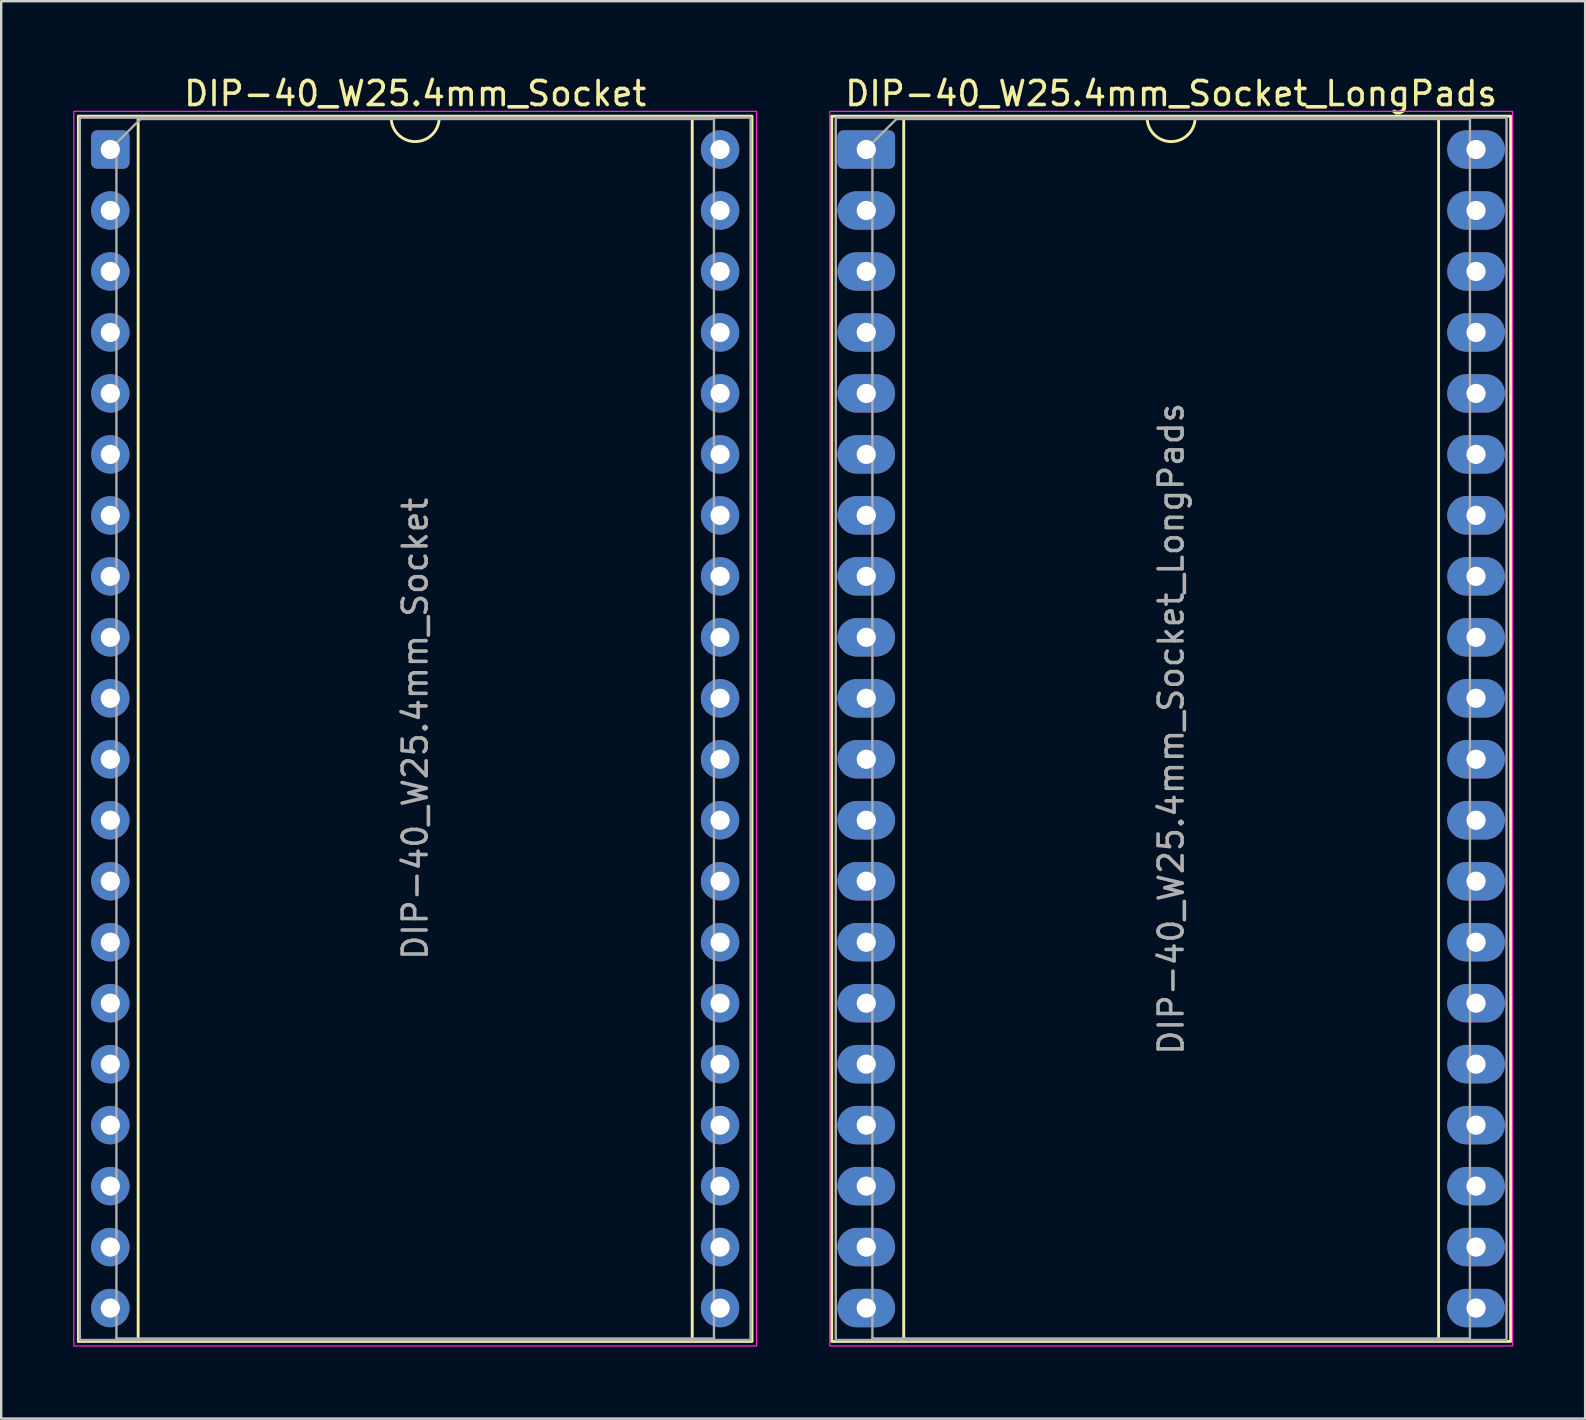
<source format=kicad_pcb>
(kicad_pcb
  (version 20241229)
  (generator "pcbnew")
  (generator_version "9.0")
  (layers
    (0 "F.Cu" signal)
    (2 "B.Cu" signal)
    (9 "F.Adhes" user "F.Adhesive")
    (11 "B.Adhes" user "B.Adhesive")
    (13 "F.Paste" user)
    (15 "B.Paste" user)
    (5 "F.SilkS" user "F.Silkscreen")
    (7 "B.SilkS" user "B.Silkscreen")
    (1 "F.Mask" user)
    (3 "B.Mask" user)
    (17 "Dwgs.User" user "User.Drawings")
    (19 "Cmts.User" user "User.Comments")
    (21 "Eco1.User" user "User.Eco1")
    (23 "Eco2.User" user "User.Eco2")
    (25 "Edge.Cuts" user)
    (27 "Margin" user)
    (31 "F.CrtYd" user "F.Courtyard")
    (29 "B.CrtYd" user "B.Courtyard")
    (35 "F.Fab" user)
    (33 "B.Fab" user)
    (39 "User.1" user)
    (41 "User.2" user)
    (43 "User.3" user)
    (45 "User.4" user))
  (footprint "DIP-40_W25.4mm_Socket_LongPads"
    (layer "F.Cu")
    (at 33.035 3.178)
    (property "Reference" "DIP-40_W25.4mm_Socket_LongPads" (at 12.7 -2.33 0) (layer "F.SilkS") (effects (font (size 1 1) (thickness 0.15))))
    (attr through_hole)
    (fp_line (start 1.56 -1.33) (end 1.56 49.59) (stroke (width 0.12) (type solid)) (layer "F.SilkS"))
    (fp_line (start 1.56 49.59) (end 23.84 49.59) (stroke (width 0.12) (type solid)) (layer "F.SilkS"))
    (fp_line (start 11.7 -1.33) (end 1.56 -1.33) (stroke (width 0.12) (type solid)) (layer "F.SilkS"))
    (fp_line (start 23.84 -1.33) (end 13.7 -1.33) (stroke (width 0.12) (type solid)) (layer "F.SilkS"))
    (fp_line (start 23.84 49.59) (end 23.84 -1.33) (stroke (width 0.12) (type solid)) (layer "F.SilkS"))
    (fp_rect (start -1.44 -1.39) (end 26.84 49.65) (stroke (width 0.12) (type solid)) (fill no) (layer "F.SilkS"))
    (fp_arc (start 13.7 -1.33) (mid 12.7 -0.33) (end 11.7 -1.33) (stroke (width 0.12) (type solid)) (layer "F.SilkS"))
    (fp_rect (start -1.52 -1.59) (end 26.92 49.84) (stroke (width 0.05) (type solid)) (fill no) (layer "F.CrtYd"))
    (fp_line (start 0.255 -0.27) (end 1.255 -1.27) (stroke (width 0.1) (type solid)) (layer "F.Fab"))
    (fp_line (start 0.255 49.53) (end 0.255 -0.27) (stroke (width 0.1) (type solid)) (layer "F.Fab"))
    (fp_line (start 1.255 -1.27) (end 25.145 -1.27) (stroke (width 0.1) (type solid)) (layer "F.Fab"))
    (fp_line (start 25.145 -1.27) (end 25.145 49.53) (stroke (width 0.1) (type solid)) (layer "F.Fab"))
    (fp_line (start 25.145 49.53) (end 0.255 49.53) (stroke (width 0.1) (type solid)) (layer "F.Fab"))
    (fp_rect (start -1.27 -1.33) (end 26.67 49.59) (stroke (width 0.1) (type solid)) (fill no) (layer "F.Fab"))
    (fp_text user "${REFERENCE}" (at 12.7 24.13 90) (layer "F.Fab") (effects (font (size 1 1) (thickness 0.15))))
    (pad "1" thru_hole roundrect (at 0 0) (size 2.4 1.6) (drill 0.8) (layers "*.Cu" "*.Mask") (roundrect_rratio 0.156))
    (pad "2" thru_hole oval (at 0 2.54) (size 2.4 1.6) (drill 0.8) (layers "*.Cu" "*.Mask"))
    (pad "3" thru_hole oval (at 0 5.08) (size 2.4 1.6) (drill 0.8) (layers "*.Cu" "*.Mask"))
    (pad "4" thru_hole oval (at 0 7.62) (size 2.4 1.6) (drill 0.8) (layers "*.Cu" "*.Mask"))
    (pad "5" thru_hole oval (at 0 10.16) (size 2.4 1.6) (drill 0.8) (layers "*.Cu" "*.Mask"))
    (pad "6" thru_hole oval (at 0 12.7) (size 2.4 1.6) (drill 0.8) (layers "*.Cu" "*.Mask"))
    (pad "7" thru_hole oval (at 0 15.24) (size 2.4 1.6) (drill 0.8) (layers "*.Cu" "*.Mask"))
    (pad "8" thru_hole oval (at 0 17.78) (size 2.4 1.6) (drill 0.8) (layers "*.Cu" "*.Mask"))
    (pad "9" thru_hole oval (at 0 20.32) (size 2.4 1.6) (drill 0.8) (layers "*.Cu" "*.Mask"))
    (pad "10" thru_hole oval (at 0 22.86) (size 2.4 1.6) (drill 0.8) (layers "*.Cu" "*.Mask"))
    (pad "11" thru_hole oval (at 0 25.4) (size 2.4 1.6) (drill 0.8) (layers "*.Cu" "*.Mask"))
    (pad "12" thru_hole oval (at 0 27.94) (size 2.4 1.6) (drill 0.8) (layers "*.Cu" "*.Mask"))
    (pad "13" thru_hole oval (at 0 30.48) (size 2.4 1.6) (drill 0.8) (layers "*.Cu" "*.Mask"))
    (pad "14" thru_hole oval (at 0 33.02) (size 2.4 1.6) (drill 0.8) (layers "*.Cu" "*.Mask"))
    (pad "15" thru_hole oval (at 0 35.56) (size 2.4 1.6) (drill 0.8) (layers "*.Cu" "*.Mask"))
    (pad "16" thru_hole oval (at 0 38.1) (size 2.4 1.6) (drill 0.8) (layers "*.Cu" "*.Mask"))
    (pad "17" thru_hole oval (at 0 40.64) (size 2.4 1.6) (drill 0.8) (layers "*.Cu" "*.Mask"))
    (pad "18" thru_hole oval (at 0 43.18) (size 2.4 1.6) (drill 0.8) (layers "*.Cu" "*.Mask"))
    (pad "19" thru_hole oval (at 0 45.72) (size 2.4 1.6) (drill 0.8) (layers "*.Cu" "*.Mask"))
    (pad "20" thru_hole oval (at 0 48.26) (size 2.4 1.6) (drill 0.8) (layers "*.Cu" "*.Mask"))
    (pad "21" thru_hole oval (at 25.4 48.26) (size 2.4 1.6) (drill 0.8) (layers "*.Cu" "*.Mask"))
    (pad "22" thru_hole oval (at 25.4 45.72) (size 2.4 1.6) (drill 0.8) (layers "*.Cu" "*.Mask"))
    (pad "23" thru_hole oval (at 25.4 43.18) (size 2.4 1.6) (drill 0.8) (layers "*.Cu" "*.Mask"))
    (pad "24" thru_hole oval (at 25.4 40.64) (size 2.4 1.6) (drill 0.8) (layers "*.Cu" "*.Mask"))
    (pad "25" thru_hole oval (at 25.4 38.1) (size 2.4 1.6) (drill 0.8) (layers "*.Cu" "*.Mask"))
    (pad "26" thru_hole oval (at 25.4 35.56) (size 2.4 1.6) (drill 0.8) (layers "*.Cu" "*.Mask"))
    (pad "27" thru_hole oval (at 25.4 33.02) (size 2.4 1.6) (drill 0.8) (layers "*.Cu" "*.Mask"))
    (pad "28" thru_hole oval (at 25.4 30.48) (size 2.4 1.6) (drill 0.8) (layers "*.Cu" "*.Mask"))
    (pad "29" thru_hole oval (at 25.4 27.94) (size 2.4 1.6) (drill 0.8) (layers "*.Cu" "*.Mask"))
    (pad "30" thru_hole oval (at 25.4 25.4) (size 2.4 1.6) (drill 0.8) (layers "*.Cu" "*.Mask"))
    (pad "31" thru_hole oval (at 25.4 22.86) (size 2.4 1.6) (drill 0.8) (layers "*.Cu" "*.Mask"))
    (pad "32" thru_hole oval (at 25.4 20.32) (size 2.4 1.6) (drill 0.8) (layers "*.Cu" "*.Mask"))
    (pad "33" thru_hole oval (at 25.4 17.78) (size 2.4 1.6) (drill 0.8) (layers "*.Cu" "*.Mask"))
    (pad "34" thru_hole oval (at 25.4 15.24) (size 2.4 1.6) (drill 0.8) (layers "*.Cu" "*.Mask"))
    (pad "35" thru_hole oval (at 25.4 12.7) (size 2.4 1.6) (drill 0.8) (layers "*.Cu" "*.Mask"))
    (pad "36" thru_hole oval (at 25.4 10.16) (size 2.4 1.6) (drill 0.8) (layers "*.Cu" "*.Mask"))
    (pad "37" thru_hole oval (at 25.4 7.62) (size 2.4 1.6) (drill 0.8) (layers "*.Cu" "*.Mask"))
    (pad "38" thru_hole oval (at 25.4 5.08) (size 2.4 1.6) (drill 0.8) (layers "*.Cu" "*.Mask"))
    (pad "39" thru_hole oval (at 25.4 2.54) (size 2.4 1.6) (drill 0.8) (layers "*.Cu" "*.Mask"))
    (pad "40" thru_hole oval (at 25.4 0) (size 2.4 1.6) (drill 0.8) (layers "*.Cu" "*.Mask")))
  (footprint "DIP-40_W25.4mm_Socket"
    (layer "F.Cu")
    (at 1.545 3.178)
    (property "Reference" "DIP-40_W25.4mm_Socket" (at 12.7 -2.33 0) (layer "F.SilkS") (effects (font (size 1 1) (thickness 0.15))))
    (attr through_hole)
    (fp_line (start 1.16 -1.33) (end 1.16 49.59) (stroke (width 0.12) (type solid)) (layer "F.SilkS"))
    (fp_line (start 1.16 49.59) (end 24.24 49.59) (stroke (width 0.12) (type solid)) (layer "F.SilkS"))
    (fp_line (start 11.7 -1.33) (end 1.16 -1.33) (stroke (width 0.12) (type solid)) (layer "F.SilkS"))
    (fp_line (start 24.24 -1.33) (end 13.7 -1.33) (stroke (width 0.12) (type solid)) (layer "F.SilkS"))
    (fp_line (start 24.24 49.59) (end 24.24 -1.33) (stroke (width 0.12) (type solid)) (layer "F.SilkS"))
    (fp_rect (start -1.33 -1.39) (end 26.73 49.65) (stroke (width 0.12) (type solid)) (fill no) (layer "F.SilkS"))
    (fp_arc (start 13.7 -1.33) (mid 12.7 -0.33) (end 11.7 -1.33) (stroke (width 0.12) (type solid)) (layer "F.SilkS"))
    (fp_rect (start -1.52 -1.59) (end 26.92 49.84) (stroke (width 0.05) (type solid)) (fill no) (layer "F.CrtYd"))
    (fp_line (start 0.255 -0.27) (end 1.255 -1.27) (stroke (width 0.1) (type solid)) (layer "F.Fab"))
    (fp_line (start 0.255 49.53) (end 0.255 -0.27) (stroke (width 0.1) (type solid)) (layer "F.Fab"))
    (fp_line (start 1.255 -1.27) (end 25.145 -1.27) (stroke (width 0.1) (type solid)) (layer "F.Fab"))
    (fp_line (start 25.145 -1.27) (end 25.145 49.53) (stroke (width 0.1) (type solid)) (layer "F.Fab"))
    (fp_line (start 25.145 49.53) (end 0.255 49.53) (stroke (width 0.1) (type solid)) (layer "F.Fab"))
    (fp_rect (start -1.27 -1.33) (end 26.67 49.59) (stroke (width 0.1) (type solid)) (fill no) (layer "F.Fab"))
    (fp_text user "${REFERENCE}" (at 12.7 24.13 90) (layer "F.Fab") (effects (font (size 1 1) (thickness 0.15))))
    (pad "1" thru_hole roundrect (at 0 0) (size 1.6 1.6) (drill 0.8) (layers "*.Cu" "*.Mask") (roundrect_rratio 0.156))
    (pad "2" thru_hole circle (at 0 2.54) (size 1.6 1.6) (drill 0.8) (layers "*.Cu" "*.Mask"))
    (pad "3" thru_hole circle (at 0 5.08) (size 1.6 1.6) (drill 0.8) (layers "*.Cu" "*.Mask"))
    (pad "4" thru_hole circle (at 0 7.62) (size 1.6 1.6) (drill 0.8) (layers "*.Cu" "*.Mask"))
    (pad "5" thru_hole circle (at 0 10.16) (size 1.6 1.6) (drill 0.8) (layers "*.Cu" "*.Mask"))
    (pad "6" thru_hole circle (at 0 12.7) (size 1.6 1.6) (drill 0.8) (layers "*.Cu" "*.Mask"))
    (pad "7" thru_hole circle (at 0 15.24) (size 1.6 1.6) (drill 0.8) (layers "*.Cu" "*.Mask"))
    (pad "8" thru_hole circle (at 0 17.78) (size 1.6 1.6) (drill 0.8) (layers "*.Cu" "*.Mask"))
    (pad "9" thru_hole circle (at 0 20.32) (size 1.6 1.6) (drill 0.8) (layers "*.Cu" "*.Mask"))
    (pad "10" thru_hole circle (at 0 22.86) (size 1.6 1.6) (drill 0.8) (layers "*.Cu" "*.Mask"))
    (pad "11" thru_hole circle (at 0 25.4) (size 1.6 1.6) (drill 0.8) (layers "*.Cu" "*.Mask"))
    (pad "12" thru_hole circle (at 0 27.94) (size 1.6 1.6) (drill 0.8) (layers "*.Cu" "*.Mask"))
    (pad "13" thru_hole circle (at 0 30.48) (size 1.6 1.6) (drill 0.8) (layers "*.Cu" "*.Mask"))
    (pad "14" thru_hole circle (at 0 33.02) (size 1.6 1.6) (drill 0.8) (layers "*.Cu" "*.Mask"))
    (pad "15" thru_hole circle (at 0 35.56) (size 1.6 1.6) (drill 0.8) (layers "*.Cu" "*.Mask"))
    (pad "16" thru_hole circle (at 0 38.1) (size 1.6 1.6) (drill 0.8) (layers "*.Cu" "*.Mask"))
    (pad "17" thru_hole circle (at 0 40.64) (size 1.6 1.6) (drill 0.8) (layers "*.Cu" "*.Mask"))
    (pad "18" thru_hole circle (at 0 43.18) (size 1.6 1.6) (drill 0.8) (layers "*.Cu" "*.Mask"))
    (pad "19" thru_hole circle (at 0 45.72) (size 1.6 1.6) (drill 0.8) (layers "*.Cu" "*.Mask"))
    (pad "20" thru_hole circle (at 0 48.26) (size 1.6 1.6) (drill 0.8) (layers "*.Cu" "*.Mask"))
    (pad "21" thru_hole circle (at 25.4 48.26) (size 1.6 1.6) (drill 0.8) (layers "*.Cu" "*.Mask"))
    (pad "22" thru_hole circle (at 25.4 45.72) (size 1.6 1.6) (drill 0.8) (layers "*.Cu" "*.Mask"))
    (pad "23" thru_hole circle (at 25.4 43.18) (size 1.6 1.6) (drill 0.8) (layers "*.Cu" "*.Mask"))
    (pad "24" thru_hole circle (at 25.4 40.64) (size 1.6 1.6) (drill 0.8) (layers "*.Cu" "*.Mask"))
    (pad "25" thru_hole circle (at 25.4 38.1) (size 1.6 1.6) (drill 0.8) (layers "*.Cu" "*.Mask"))
    (pad "26" thru_hole circle (at 25.4 35.56) (size 1.6 1.6) (drill 0.8) (layers "*.Cu" "*.Mask"))
    (pad "27" thru_hole circle (at 25.4 33.02) (size 1.6 1.6) (drill 0.8) (layers "*.Cu" "*.Mask"))
    (pad "28" thru_hole circle (at 25.4 30.48) (size 1.6 1.6) (drill 0.8) (layers "*.Cu" "*.Mask"))
    (pad "29" thru_hole circle (at 25.4 27.94) (size 1.6 1.6) (drill 0.8) (layers "*.Cu" "*.Mask"))
    (pad "30" thru_hole circle (at 25.4 25.4) (size 1.6 1.6) (drill 0.8) (layers "*.Cu" "*.Mask"))
    (pad "31" thru_hole circle (at 25.4 22.86) (size 1.6 1.6) (drill 0.8) (layers "*.Cu" "*.Mask"))
    (pad "32" thru_hole circle (at 25.4 20.32) (size 1.6 1.6) (drill 0.8) (layers "*.Cu" "*.Mask"))
    (pad "33" thru_hole circle (at 25.4 17.78) (size 1.6 1.6) (drill 0.8) (layers "*.Cu" "*.Mask"))
    (pad "34" thru_hole circle (at 25.4 15.24) (size 1.6 1.6) (drill 0.8) (layers "*.Cu" "*.Mask"))
    (pad "35" thru_hole circle (at 25.4 12.7) (size 1.6 1.6) (drill 0.8) (layers "*.Cu" "*.Mask"))
    (pad "36" thru_hole circle (at 25.4 10.16) (size 1.6 1.6) (drill 0.8) (layers "*.Cu" "*.Mask"))
    (pad "37" thru_hole circle (at 25.4 7.62) (size 1.6 1.6) (drill 0.8) (layers "*.Cu" "*.Mask"))
    (pad "38" thru_hole circle (at 25.4 5.08) (size 1.6 1.6) (drill 0.8) (layers "*.Cu" "*.Mask"))
    (pad "39" thru_hole circle (at 25.4 2.54) (size 1.6 1.6) (drill 0.8) (layers "*.Cu" "*.Mask"))
    (pad "40" thru_hole circle (at 25.4 0) (size 1.6 1.6) (drill 0.8) (layers "*.Cu" "*.Mask")))
  (gr_rect
    (start -3 -3)
    (end 62.98 56.043)
    (stroke (width 0.1) (type default))
    (fill no)
    (layer "Edge.Cuts")))
</source>
